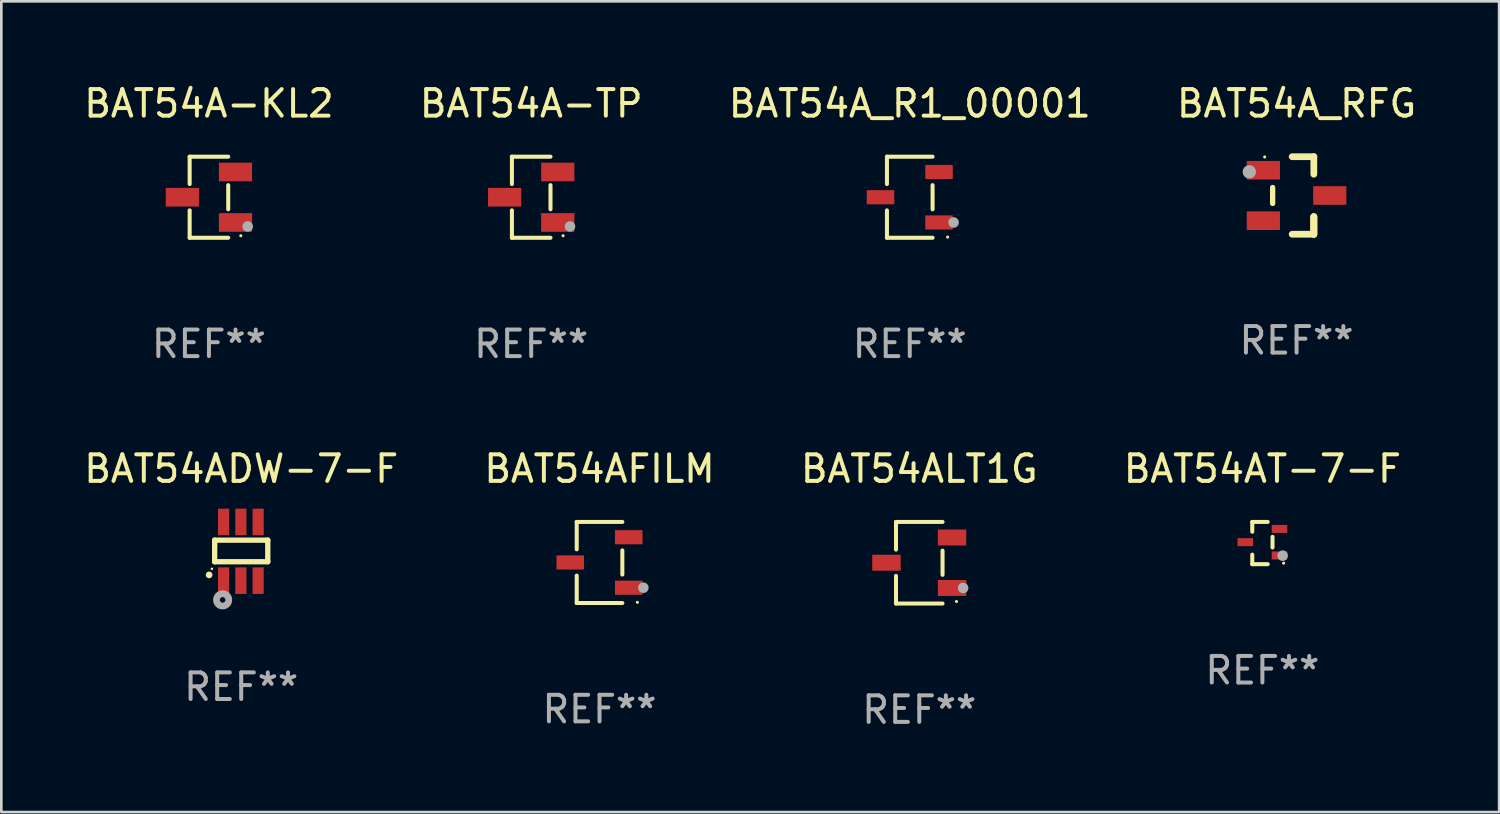
<source format=kicad_pcb>
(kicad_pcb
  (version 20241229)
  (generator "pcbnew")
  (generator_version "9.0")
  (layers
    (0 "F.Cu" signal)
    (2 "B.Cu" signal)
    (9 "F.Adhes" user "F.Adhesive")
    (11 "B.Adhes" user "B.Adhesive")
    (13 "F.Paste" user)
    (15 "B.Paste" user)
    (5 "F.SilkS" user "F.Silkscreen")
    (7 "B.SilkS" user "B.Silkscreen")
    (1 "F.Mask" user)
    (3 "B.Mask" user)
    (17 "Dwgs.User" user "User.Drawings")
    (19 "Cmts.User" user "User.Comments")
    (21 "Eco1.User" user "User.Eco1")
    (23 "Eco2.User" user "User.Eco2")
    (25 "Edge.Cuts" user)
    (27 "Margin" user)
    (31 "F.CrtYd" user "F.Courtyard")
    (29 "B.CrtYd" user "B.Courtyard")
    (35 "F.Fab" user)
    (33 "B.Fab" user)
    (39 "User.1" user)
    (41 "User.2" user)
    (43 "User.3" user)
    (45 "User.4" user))
  (footprint "BAT54A-TP"
    (layer "F.Cu")
    (at 16.946 4.374)
    (property "Reference" "BAT54A-TP" (at 0 -3.526 0) (layer "F.SilkS") (effects (font (size 1 1) (thickness 0.15))))
    (attr through_hole)
    (fp_line (start -0.726 -1.526) (end -0.726 -0.495) (stroke (width 0.152) (type solid)) (layer "F.SilkS"))
    (fp_line (start -0.726 1.526) (end -0.726 0.495) (stroke (width 0.152) (type solid)) (layer "F.SilkS"))
    (fp_line (start 0.726 -1.526) (end -0.726 -1.526) (stroke (width 0.152) (type solid)) (layer "F.SilkS"))
    (fp_line (start 0.726 -0.455) (end 0.726 0.455) (stroke (width 0.152) (type solid)) (layer "F.SilkS"))
    (fp_line (start 0.726 1.526) (end -0.726 1.526) (stroke (width 0.152) (type solid)) (layer "F.SilkS"))
    (fp_circle (center 1.2 1.45) (end 1.23 1.45) (stroke (width 0.06) (type solid)) (fill no) (layer "F.SilkS"))
    (fp_circle (center 1.46 1.1) (end 1.56 1.1) (stroke (width 0.2) (type solid)) (fill no) (layer "F.Fab"))
    (fp_text user "REF**" (at 0 5.526 0) (layer "F.Fab") (effects (font (size 1 1) (thickness 0.15))))
    (pad "1" smd rect (at 1 0.95) (size 1.25 0.7) (layers "F.Cu" "F.Mask" "F.Paste"))
    (pad "2" smd rect (at 1 -0.95) (size 1.25 0.7) (layers "F.Cu" "F.Mask" "F.Paste"))
    (pad "3" smd rect (at -1 0) (size 1.25 0.7) (layers "F.Cu" "F.Mask" "F.Paste")))
  (footprint "BAT54AFILM"
    (layer "F.Cu")
    (at 19.518 18.123)
    (property "Reference" "BAT54AFILM" (at 0 -3.526 0) (layer "F.SilkS") (effects (font (size 1 1) (thickness 0.15))))
    (attr through_hole)
    (fp_line (start -0.859 -1.526) (end -0.859 -0.495) (stroke (width 0.152) (type solid)) (layer "F.SilkS"))
    (fp_line (start -0.859 1.526) (end -0.859 0.495) (stroke (width 0.152) (type solid)) (layer "F.SilkS"))
    (fp_line (start 0.859 -1.526) (end -0.859 -1.526) (stroke (width 0.152) (type solid)) (layer "F.SilkS"))
    (fp_line (start 0.859 -0.455) (end 0.859 0.455) (stroke (width 0.152) (type solid)) (layer "F.SilkS"))
    (fp_line (start 0.859 1.526) (end -0.859 1.526) (stroke (width 0.152) (type solid)) (layer "F.SilkS"))
    (fp_circle (center 1.425 1.5) (end 1.455 1.5) (stroke (width 0.06) (type solid)) (fill no) (layer "F.SilkS"))
    (fp_circle (center 1.65 0.95) (end 1.75 0.95) (stroke (width 0.2) (type solid)) (fill no) (layer "F.Fab"))
    (fp_text user "REF**" (at 0 5.526 0) (layer "F.Fab") (effects (font (size 1 1) (thickness 0.15))))
    (pad "1" smd rect (at 1.101 0.95) (size 1.037 0.532) (layers "F.Cu" "F.Mask" "F.Paste"))
    (pad "2" smd rect (at 1.101 -0.95) (size 1.037 0.532) (layers "F.Cu" "F.Mask" "F.Paste"))
    (pad "3" smd rect (at -1.101 0) (size 1.037 0.532) (layers "F.Cu" "F.Mask" "F.Paste")))
  (footprint "BAT54AT-7-F"
    (layer "F.Cu")
    (at 44.47 17.392)
    (property "Reference" "BAT54AT-7-F" (at 0 -2.795 0) (layer "F.SilkS") (effects (font (size 1 1) (thickness 0.15))))
    (attr through_hole)
    (fp_line (start -0.381 -0.795) (end -0.381 -0.426) (stroke (width 0.152) (type solid)) (layer "F.SilkS"))
    (fp_line (start -0.381 0.436) (end -0.381 0.795) (stroke (width 0.152) (type solid)) (layer "F.SilkS"))
    (fp_line (start -0.381 0.795) (end 0.201 0.795) (stroke (width 0.152) (type solid)) (layer "F.SilkS"))
    (fp_line (start 0.199 -0.795) (end -0.381 -0.795) (stroke (width 0.152) (type solid)) (layer "F.SilkS"))
    (fp_line (start 0.381 0.167) (end 0.381 -0.233) (stroke (width 0.152) (type solid)) (layer "F.SilkS"))
    (fp_circle (center 0.8 0.757) (end 0.83 0.757) (stroke (width 0.06) (type solid)) (fill no) (layer "F.SilkS"))
    (fp_circle (center 0.762 0.475) (end 0.862 0.475) (stroke (width 0.2) (type solid)) (fill no) (layer "F.Fab"))
    (fp_text user "REF**" (at 0 4.795 0) (layer "F.Fab") (effects (font (size 1 1) (thickness 0.15))))
    (pad "1" smd rect (at 0.643 0.467) (size 0.585 0.301) (layers "F.Cu" "F.Mask" "F.Paste"))
    (pad "2" smd rect (at 0.643 -0.533) (size 0.585 0.301) (layers "F.Cu" "F.Mask" "F.Paste"))
    (pad "3" smd rect (at -0.643 -0.033) (size 0.585 0.301) (layers "F.Cu" "F.Mask" "F.Paste")))
  (footprint "BAT54ALT1G"
    (layer "F.Cu")
    (at 31.554 18.133)
    (property "Reference" "BAT54ALT1G" (at 0 -3.536 0) (layer "F.SilkS") (effects (font (size 1 1) (thickness 0.15))))
    (attr through_hole)
    (fp_line (start -0.876 -1.536) (end -0.876 -0.495) (stroke (width 0.152) (type solid)) (layer "F.SilkS"))
    (fp_line (start -0.876 1.536) (end -0.876 0.495) (stroke (width 0.152) (type solid)) (layer "F.SilkS"))
    (fp_line (start 0.876 -1.536) (end -0.876 -1.536) (stroke (width 0.152) (type solid)) (layer "F.SilkS"))
    (fp_line (start 0.876 -0.455) (end 0.876 0.455) (stroke (width 0.152) (type solid)) (layer "F.SilkS"))
    (fp_line (start 0.876 1.536) (end -0.876 1.536) (stroke (width 0.152) (type solid)) (layer "F.SilkS"))
    (fp_circle (center 1.4 1.46) (end 1.43 1.46) (stroke (width 0.06) (type solid)) (fill no) (layer "F.SilkS"))
    (fp_circle (center 1.651 0.95) (end 1.751 0.95) (stroke (width 0.2) (type solid)) (fill no) (layer "F.Fab"))
    (fp_text user "REF**" (at 0 5.536 0) (layer "F.Fab") (effects (font (size 1 1) (thickness 0.15))))
    (pad "1" smd rect (at 1.235 0.95) (size 1.07 0.6) (layers "F.Cu" "F.Mask" "F.Paste"))
    (pad "2" smd rect (at 1.235 -0.95) (size 1.07 0.6) (layers "F.Cu" "F.Mask" "F.Paste"))
    (pad "3" smd rect (at -1.235 0) (size 1.07 0.6) (layers "F.Cu" "F.Mask" "F.Paste")))
  (footprint "BAT54A-KL2"
    (layer "F.Cu")
    (at 4.815 4.374)
    (property "Reference" "BAT54A-KL2" (at 0 -3.526 0) (layer "F.SilkS") (effects (font (size 1 1) (thickness 0.15))))
    (attr through_hole)
    (fp_line (start -0.726 -1.526) (end -0.726 -0.495) (stroke (width 0.152) (type solid)) (layer "F.SilkS"))
    (fp_line (start -0.726 1.526) (end -0.726 0.495) (stroke (width 0.152) (type solid)) (layer "F.SilkS"))
    (fp_line (start 0.726 -1.526) (end -0.726 -1.526) (stroke (width 0.152) (type solid)) (layer "F.SilkS"))
    (fp_line (start 0.726 -0.455) (end 0.726 0.455) (stroke (width 0.152) (type solid)) (layer "F.SilkS"))
    (fp_line (start 0.726 1.526) (end -0.726 1.526) (stroke (width 0.152) (type solid)) (layer "F.SilkS"))
    (fp_circle (center 1.2 1.45) (end 1.23 1.45) (stroke (width 0.06) (type solid)) (fill no) (layer "F.SilkS"))
    (fp_circle (center 1.46 1.1) (end 1.56 1.1) (stroke (width 0.2) (type solid)) (fill no) (layer "F.Fab"))
    (fp_text user "REF**" (at 0 5.526 0) (layer "F.Fab") (effects (font (size 1 1) (thickness 0.15))))
    (pad "1" smd rect (at 1 0.95) (size 1.25 0.7) (layers "F.Cu" "F.Mask" "F.Paste"))
    (pad "2" smd rect (at 1 -0.95) (size 1.25 0.7) (layers "F.Cu" "F.Mask" "F.Paste"))
    (pad "3" smd rect (at -1 0) (size 1.25 0.7) (layers "F.Cu" "F.Mask" "F.Paste")))
  (footprint "BAT54ADW-7-F"
    (layer "F.Cu")
    (at 6.03 17.702)
    (property "Reference" "BAT54ADW-7-F" (at 0 -3.105 0) (layer "F.SilkS") (effects (font (size 1 1) (thickness 0.15))))
    (attr through_hole)
    (fp_line (start -1 -0.419) (end -1 -0.213) (stroke (width 0.2) (type solid)) (layer "F.SilkS"))
    (fp_line (start -1 -0.213) (end -1 0.393) (stroke (width 0.2) (type solid)) (layer "F.SilkS"))
    (fp_line (start -1 0.393) (end 1 0.393) (stroke (width 0.2) (type solid)) (layer "F.SilkS"))
    (fp_line (start 1 -0.419) (end -1 -0.419) (stroke (width 0.2) (type solid)) (layer "F.SilkS"))
    (fp_line (start 1 0.393) (end 1 -0.419) (stroke (width 0.2) (type solid)) (layer "F.SilkS"))
    (fp_arc (start -1.208509 0.890272) (mid -1.208515 0.889002) (end -1.208509 0.887732) (stroke (width 0.25) (type solid)) (layer "F.SilkS"))
    (fp_circle (center -1.105 0.66) (end -1.08 0.66) (stroke (width 0.05) (type solid)) (fill no) (layer "F.SilkS"))
    (fp_circle (center -0.699 1.829) (end -0.594 1.829) (stroke (width 0.254) (type solid)) (fill no) (layer "F.Fab"))
    (fp_text user "REF**" (at 0 5.105 0) (layer "F.Fab") (effects (font (size 1 1) (thickness 0.15))))
    (pad "1" smd rect (at -0.663 1.105) (size 0.42 1) (layers "F.Cu" "F.Mask" "F.Paste"))
    (pad "2" smd rect (at -0.013 1.105) (size 0.42 1) (layers "F.Cu" "F.Mask" "F.Paste"))
    (pad "3" smd rect (at 0.637 1.105) (size 0.42 1) (layers "F.Cu" "F.Mask" "F.Paste"))
    (pad "4" smd rect (at 0.637 -1.105 180) (size 0.42 1) (layers "F.Cu" "F.Mask" "F.Paste"))
    (pad "5" smd rect (at -0.013 -1.105 180) (size 0.42 1) (layers "F.Cu" "F.Mask" "F.Paste"))
    (pad "6" smd rect (at -0.663 -1.105 180) (size 0.42 1) (layers "F.Cu" "F.Mask" "F.Paste")))
  (footprint "BAT54A_R1_00001"
    (layer "F.Cu")
    (at 31.196 4.374)
    (property "Reference" "BAT54A_R1_00001" (at 0 -3.526 0) (layer "F.SilkS") (effects (font (size 1 1) (thickness 0.15))))
    (attr through_hole)
    (fp_line (start -0.859 -1.526) (end -0.859 -0.495) (stroke (width 0.152) (type solid)) (layer "F.SilkS"))
    (fp_line (start -0.859 1.526) (end -0.859 0.495) (stroke (width 0.152) (type solid)) (layer "F.SilkS"))
    (fp_line (start 0.859 -1.526) (end -0.859 -1.526) (stroke (width 0.152) (type solid)) (layer "F.SilkS"))
    (fp_line (start 0.859 -0.455) (end 0.859 0.455) (stroke (width 0.152) (type solid)) (layer "F.SilkS"))
    (fp_line (start 0.859 1.526) (end -0.859 1.526) (stroke (width 0.152) (type solid)) (layer "F.SilkS"))
    (fp_circle (center 1.425 1.5) (end 1.455 1.5) (stroke (width 0.06) (type solid)) (fill no) (layer "F.SilkS"))
    (fp_circle (center 1.65 0.95) (end 1.75 0.95) (stroke (width 0.2) (type solid)) (fill no) (layer "F.Fab"))
    (fp_text user "REF**" (at 0 5.526 0) (layer "F.Fab") (effects (font (size 1 1) (thickness 0.15))))
    (pad "1" smd rect (at 1.101 0.95) (size 1.037 0.532) (layers "F.Cu" "F.Mask" "F.Paste"))
    (pad "2" smd rect (at 1.101 -0.95) (size 1.037 0.532) (layers "F.Cu" "F.Mask" "F.Paste"))
    (pad "3" smd rect (at -1.101 0) (size 1.037 0.532) (layers "F.Cu" "F.Mask" "F.Paste")))
  (footprint "BAT54A_RFG"
    (layer "F.Cu")
    (at 45.756 4.308)
    (property "Reference" "BAT54A_RFG" (at 0 -3.46 0) (layer "F.SilkS") (effects (font (size 1 1) (thickness 0.15))))
    (attr through_hole)
    (fp_line (start -0.9 -0.3) (end -0.9 0.3) (stroke (width 0.2) (type solid)) (layer "F.SilkS"))
    (fp_line (start -0.165 -1.46) (end 0.65 -1.46) (stroke (width 0.254) (type solid)) (layer "F.SilkS"))
    (fp_line (start 0.65 -1.46) (end 0.65 -0.8) (stroke (width 0.254) (type solid)) (layer "F.SilkS"))
    (fp_line (start 0.65 0.8) (end 0.65 1.46) (stroke (width 0.254) (type solid)) (layer "F.SilkS"))
    (fp_line (start 0.65 0.8) (end 0.65 1.46) (stroke (width 0.254) (type solid)) (layer "F.SilkS"))
    (fp_line (start 0.65 1.46) (end -0.165 1.46) (stroke (width 0.254) (type solid)) (layer "F.SilkS"))
    (fp_line (start 0.65 1.46) (end 0.65 0.8) (stroke (width 0.254) (type solid)) (layer "F.SilkS"))
    (fp_circle (center -1.2 -1.45) (end -1.17 -1.45) (stroke (width 0.06) (type solid)) (fill no) (layer "F.SilkS"))
    (fp_circle (center -1.778 -0.889) (end -1.651 -0.889) (stroke (width 0.254) (type solid)) (fill no) (layer "F.Fab"))
    (fp_text user "REF**" (at 0 5.46 0) (layer "F.Fab") (effects (font (size 1 1) (thickness 0.15))))
    (pad "1" smd rect (at -1.25 -0.95 90) (size 0.7 1.25) (layers "F.Cu" "F.Mask" "F.Paste"))
    (pad "2" smd rect (at -1.25 0.95 90) (size 0.7 1.25) (layers "F.Cu" "F.Mask" "F.Paste"))
    (pad "3" smd rect (at 1.25 -0.000051 90) (size 0.7 1.25) (layers "F.Cu" "F.Mask" "F.Paste")))
  (gr_rect
    (start -3 -3)
    (end 53.381 27.518)
    (stroke (width 0.1) (type default))
    (fill no)
    (layer "Edge.Cuts")))
</source>
